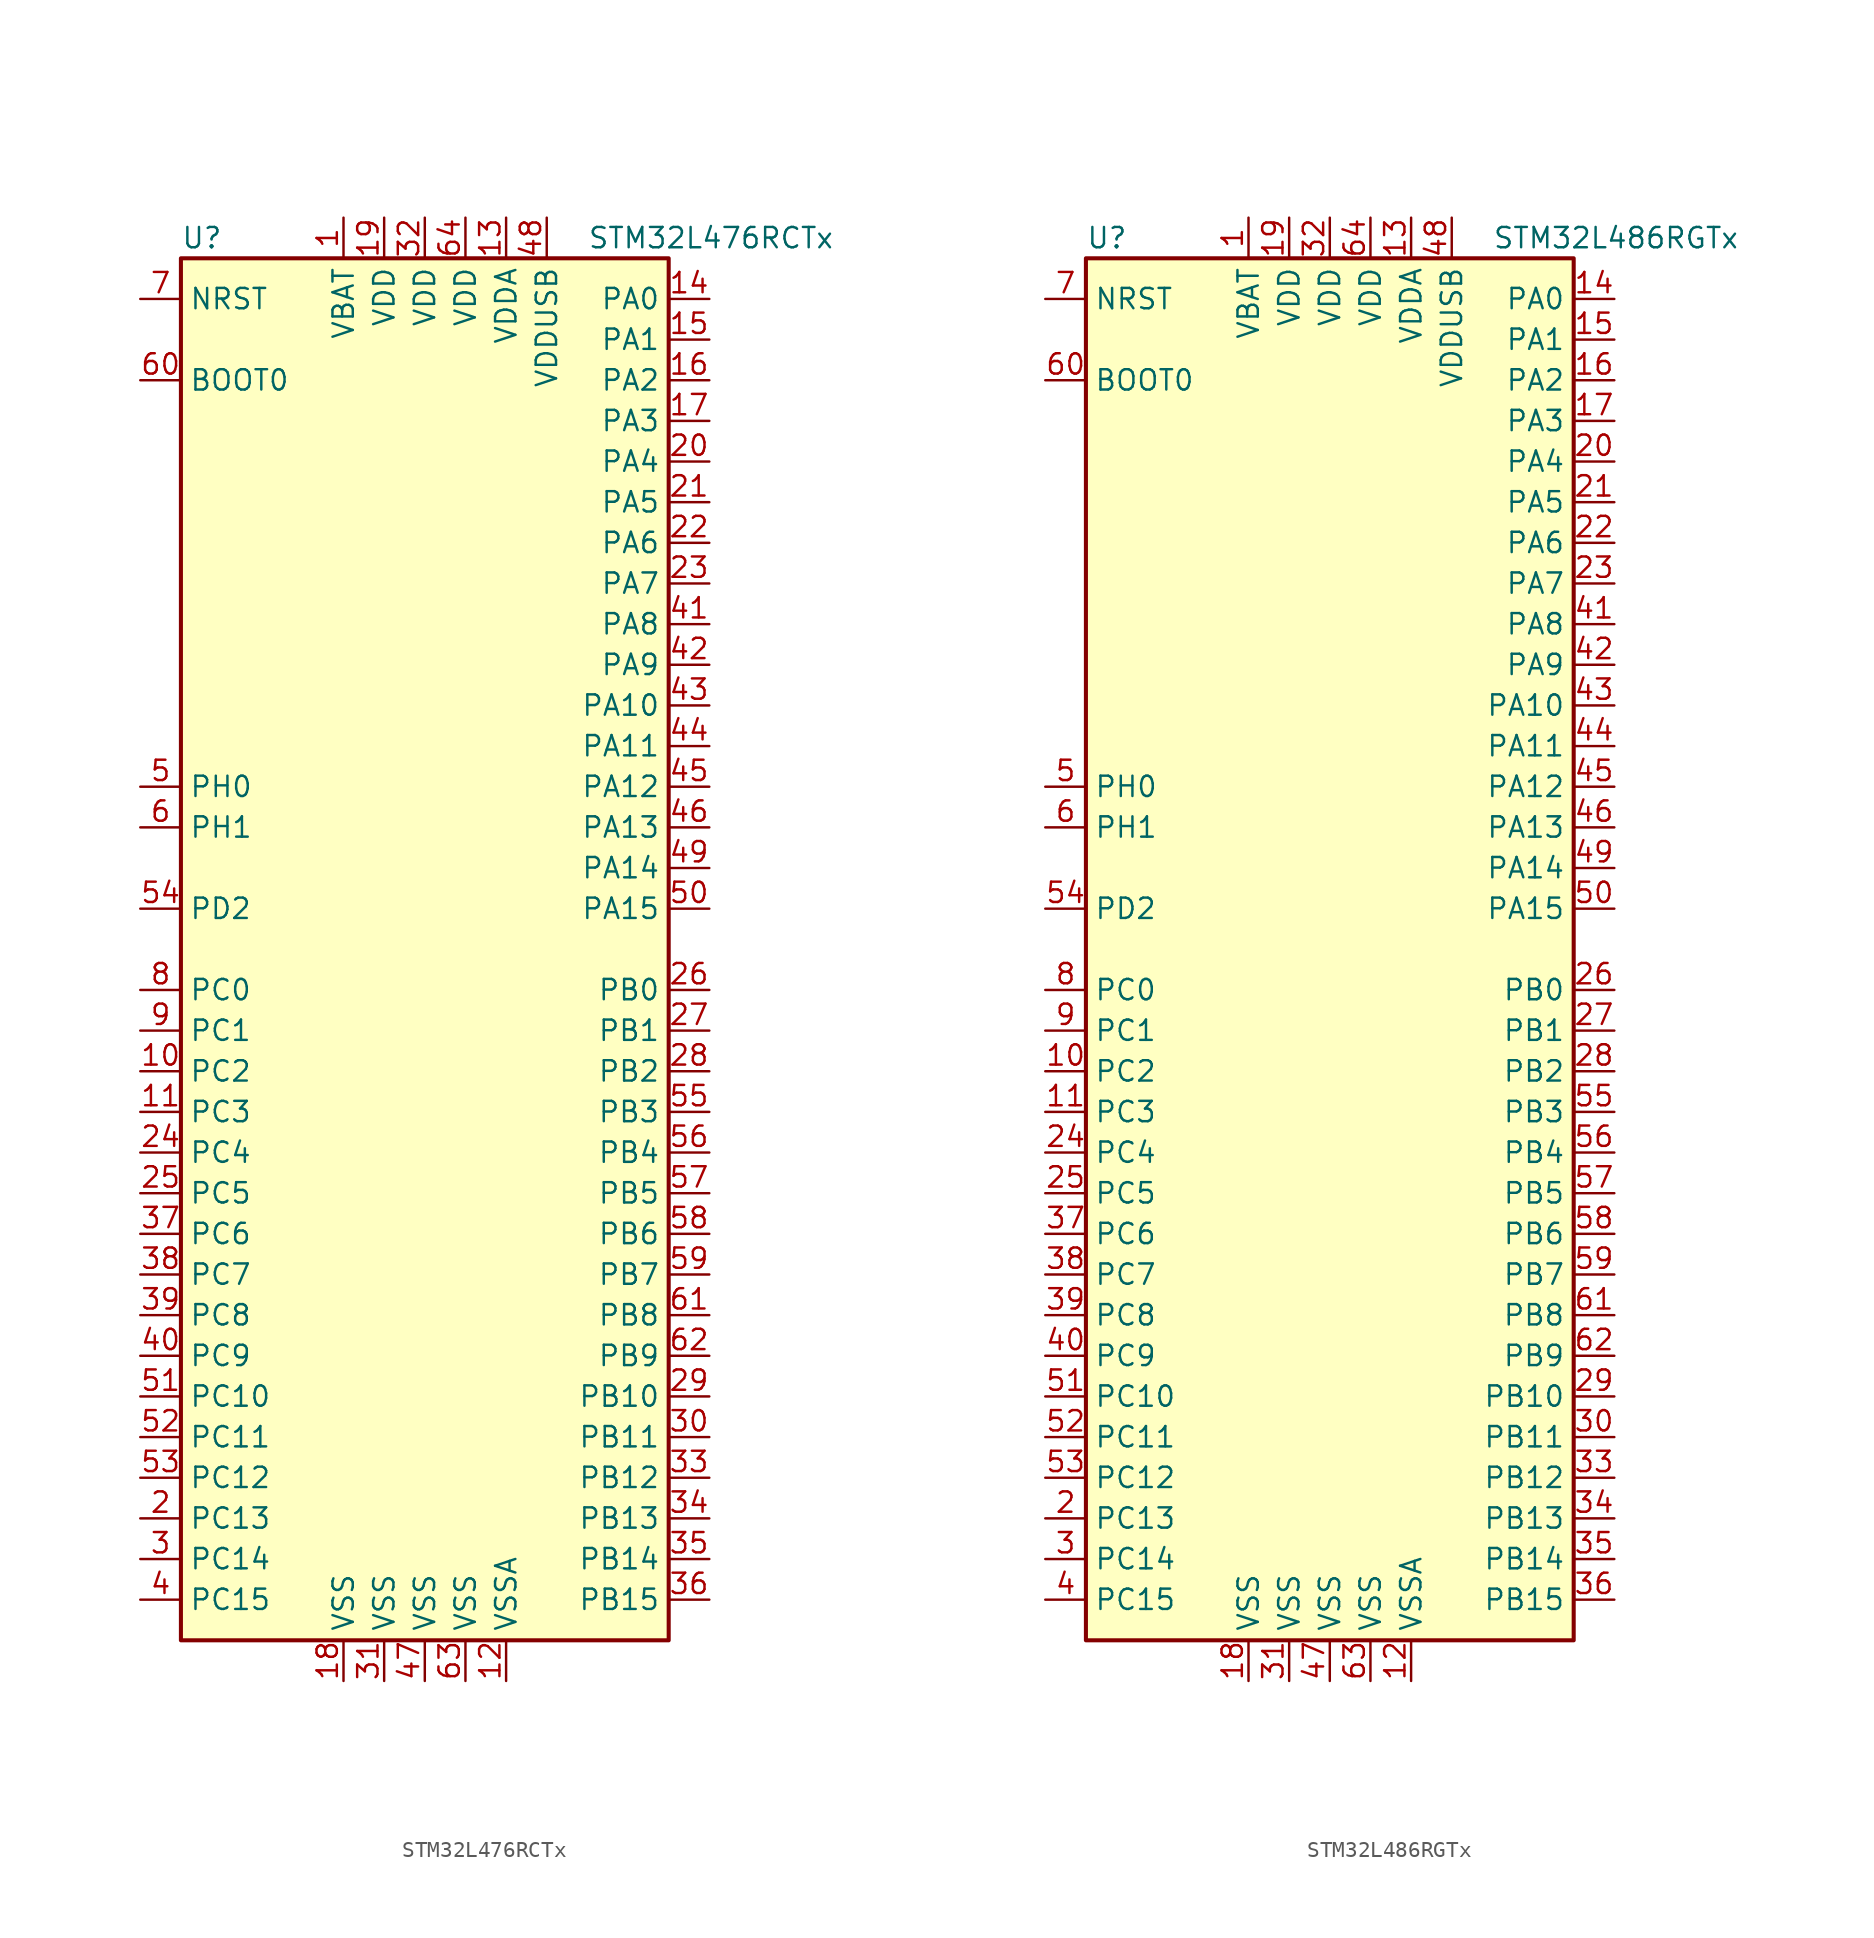
<source format=kicad_sym>
(kicad_symbol_lib
  (version 20220914)
  (generator kicad_symbol_editor)
  (symbol "STM32L476RCTx"
    (property "Reference" "U"
      (at -15.24 44.45 0)
      (effects (font (size 1.27 1.27)) (justify left)))
    (property "Value" "STM32L476RCTx"
      (at 10.16 44.45 0)
      (effects (font (size 1.27 1.27)) (justify left)))
    (symbol "STM32L476RCTx_0_1"
      (rectangle (start -15.24 -43.18) (end 15.24 43.18) (stroke (width 0.254) (type default)) (fill (type background))))
    (symbol "STM32L476RCTx_1_1"
      (pin power_in line (at -5.08 45.72 270) (length 2.54) (name "VBAT" (effects (font (size 1.27 1.27)))) (number "1" (effects (font (size 1.27 1.27)))))
      (pin bidirectional line (at -17.78 -7.62 0) (length 2.54) (name "PC2" (effects (font (size 1.27 1.27)))) (number "10" (effects (font (size 1.27 1.27)))))
      (pin bidirectional line (at -17.78 -10.16 0) (length 2.54) (name "PC3" (effects (font (size 1.27 1.27)))) (number "11" (effects (font (size 1.27 1.27)))))
      (pin power_in line (at 5.08 -45.72 90) (length 2.54) (name "VSSA" (effects (font (size 1.27 1.27)))) (number "12" (effects (font (size 1.27 1.27)))))
      (pin power_in line (at 5.08 45.72 270) (length 2.54) (name "VDDA" (effects (font (size 1.27 1.27)))) (number "13" (effects (font (size 1.27 1.27)))))
      (pin bidirectional line (at 17.78 40.64 180) (length 2.54) (name "PA0" (effects (font (size 1.27 1.27)))) (number "14" (effects (font (size 1.27 1.27)))))
      (pin bidirectional line (at 17.78 38.1 180) (length 2.54) (name "PA1" (effects (font (size 1.27 1.27)))) (number "15" (effects (font (size 1.27 1.27)))))
      (pin bidirectional line (at 17.78 35.56 180) (length 2.54) (name "PA2" (effects (font (size 1.27 1.27)))) (number "16" (effects (font (size 1.27 1.27)))))
      (pin bidirectional line (at 17.78 33.02 180) (length 2.54) (name "PA3" (effects (font (size 1.27 1.27)))) (number "17" (effects (font (size 1.27 1.27)))))
      (pin power_in line (at -5.08 -45.72 90) (length 2.54) (name "VSS" (effects (font (size 1.27 1.27)))) (number "18" (effects (font (size 1.27 1.27)))))
      (pin power_in line (at -2.54 45.72 270) (length 2.54) (name "VDD" (effects (font (size 1.27 1.27)))) (number "19" (effects (font (size 1.27 1.27)))))
      (pin bidirectional line (at -17.78 -35.56 0) (length 2.54) (name "PC13" (effects (font (size 1.27 1.27)))) (number "2" (effects (font (size 1.27 1.27)))))
      (pin bidirectional line (at 17.78 30.48 180) (length 2.54) (name "PA4" (effects (font (size 1.27 1.27)))) (number "20" (effects (font (size 1.27 1.27)))))
      (pin bidirectional line (at 17.78 27.94 180) (length 2.54) (name "PA5" (effects (font (size 1.27 1.27)))) (number "21" (effects (font (size 1.27 1.27)))))
      (pin bidirectional line (at 17.78 25.4 180) (length 2.54) (name "PA6" (effects (font (size 1.27 1.27)))) (number "22" (effects (font (size 1.27 1.27)))))
      (pin bidirectional line (at 17.78 22.86 180) (length 2.54) (name "PA7" (effects (font (size 1.27 1.27)))) (number "23" (effects (font (size 1.27 1.27)))))
      (pin bidirectional line (at -17.78 -12.7 0) (length 2.54) (name "PC4" (effects (font (size 1.27 1.27)))) (number "24" (effects (font (size 1.27 1.27)))))
      (pin bidirectional line (at -17.78 -15.24 0) (length 2.54) (name "PC5" (effects (font (size 1.27 1.27)))) (number "25" (effects (font (size 1.27 1.27)))))
      (pin bidirectional line (at 17.78 -2.54 180) (length 2.54) (name "PB0" (effects (font (size 1.27 1.27)))) (number "26" (effects (font (size 1.27 1.27)))))
      (pin bidirectional line (at 17.78 -5.08 180) (length 2.54) (name "PB1" (effects (font (size 1.27 1.27)))) (number "27" (effects (font (size 1.27 1.27)))))
      (pin bidirectional line (at 17.78 -7.62 180) (length 2.54) (name "PB2" (effects (font (size 1.27 1.27)))) (number "28" (effects (font (size 1.27 1.27)))))
      (pin bidirectional line (at 17.78 -27.94 180) (length 2.54) (name "PB10" (effects (font (size 1.27 1.27)))) (number "29" (effects (font (size 1.27 1.27)))))
      (pin bidirectional line (at -17.78 -38.1 0) (length 2.54) (name "PC14" (effects (font (size 1.27 1.27)))) (number "3" (effects (font (size 1.27 1.27)))))
      (pin bidirectional line (at 17.78 -30.48 180) (length 2.54) (name "PB11" (effects (font (size 1.27 1.27)))) (number "30" (effects (font (size 1.27 1.27)))))
      (pin power_in line (at -2.54 -45.72 90) (length 2.54) (name "VSS" (effects (font (size 1.27 1.27)))) (number "31" (effects (font (size 1.27 1.27)))))
      (pin power_in line (at 0 45.72 270) (length 2.54) (name "VDD" (effects (font (size 1.27 1.27)))) (number "32" (effects (font (size 1.27 1.27)))))
      (pin bidirectional line (at 17.78 -33.02 180) (length 2.54) (name "PB12" (effects (font (size 1.27 1.27)))) (number "33" (effects (font (size 1.27 1.27)))))
      (pin bidirectional line (at 17.78 -35.56 180) (length 2.54) (name "PB13" (effects (font (size 1.27 1.27)))) (number "34" (effects (font (size 1.27 1.27)))))
      (pin bidirectional line (at 17.78 -38.1 180) (length 2.54) (name "PB14" (effects (font (size 1.27 1.27)))) (number "35" (effects (font (size 1.27 1.27)))))
      (pin bidirectional line (at 17.78 -40.64 180) (length 2.54) (name "PB15" (effects (font (size 1.27 1.27)))) (number "36" (effects (font (size 1.27 1.27)))))
      (pin bidirectional line (at -17.78 -17.78 0) (length 2.54) (name "PC6" (effects (font (size 1.27 1.27)))) (number "37" (effects (font (size 1.27 1.27)))))
      (pin bidirectional line (at -17.78 -20.32 0) (length 2.54) (name "PC7" (effects (font (size 1.27 1.27)))) (number "38" (effects (font (size 1.27 1.27)))))
      (pin bidirectional line (at -17.78 -22.86 0) (length 2.54) (name "PC8" (effects (font (size 1.27 1.27)))) (number "39" (effects (font (size 1.27 1.27)))))
      (pin bidirectional line (at -17.78 -40.64 0) (length 2.54) (name "PC15" (effects (font (size 1.27 1.27)))) (number "4" (effects (font (size 1.27 1.27)))))
      (pin bidirectional line (at -17.78 -25.4 0) (length 2.54) (name "PC9" (effects (font (size 1.27 1.27)))) (number "40" (effects (font (size 1.27 1.27)))))
      (pin bidirectional line (at 17.78 20.32 180) (length 2.54) (name "PA8" (effects (font (size 1.27 1.27)))) (number "41" (effects (font (size 1.27 1.27)))))
      (pin bidirectional line (at 17.78 17.78 180) (length 2.54) (name "PA9" (effects (font (size 1.27 1.27)))) (number "42" (effects (font (size 1.27 1.27)))))
      (pin bidirectional line (at 17.78 15.24 180) (length 2.54) (name "PA10" (effects (font (size 1.27 1.27)))) (number "43" (effects (font (size 1.27 1.27)))))
      (pin bidirectional line (at 17.78 12.7 180) (length 2.54) (name "PA11" (effects (font (size 1.27 1.27)))) (number "44" (effects (font (size 1.27 1.27)))))
      (pin bidirectional line (at 17.78 10.16 180) (length 2.54) (name "PA12" (effects (font (size 1.27 1.27)))) (number "45" (effects (font (size 1.27 1.27)))))
      (pin bidirectional line (at 17.78 7.62 180) (length 2.54) (name "PA13" (effects (font (size 1.27 1.27)))) (number "46" (effects (font (size 1.27 1.27)))))
      (pin power_in line (at 0 -45.72 90) (length 2.54) (name "VSS" (effects (font (size 1.27 1.27)))) (number "47" (effects (font (size 1.27 1.27)))))
      (pin power_in line (at 7.62 45.72 270) (length 2.54) (name "VDDUSB" (effects (font (size 1.27 1.27)))) (number "48" (effects (font (size 1.27 1.27)))))
      (pin bidirectional line (at 17.78 5.08 180) (length 2.54) (name "PA14" (effects (font (size 1.27 1.27)))) (number "49" (effects (font (size 1.27 1.27)))))
      (pin input line (at -17.78 10.16 0) (length 2.54) (name "PH0" (effects (font (size 1.27 1.27)))) (number "5" (effects (font (size 1.27 1.27)))))
      (pin bidirectional line (at 17.78 2.54 180) (length 2.54) (name "PA15" (effects (font (size 1.27 1.27)))) (number "50" (effects (font (size 1.27 1.27)))))
      (pin bidirectional line (at -17.78 -27.94 0) (length 2.54) (name "PC10" (effects (font (size 1.27 1.27)))) (number "51" (effects (font (size 1.27 1.27)))))
      (pin bidirectional line (at -17.78 -30.48 0) (length 2.54) (name "PC11" (effects (font (size 1.27 1.27)))) (number "52" (effects (font (size 1.27 1.27)))))
      (pin bidirectional line (at -17.78 -33.02 0) (length 2.54) (name "PC12" (effects (font (size 1.27 1.27)))) (number "53" (effects (font (size 1.27 1.27)))))
      (pin bidirectional line (at -17.78 2.54 0) (length 2.54) (name "PD2" (effects (font (size 1.27 1.27)))) (number "54" (effects (font (size 1.27 1.27)))))
      (pin bidirectional line (at 17.78 -10.16 180) (length 2.54) (name "PB3" (effects (font (size 1.27 1.27)))) (number "55" (effects (font (size 1.27 1.27)))))
      (pin bidirectional line (at 17.78 -12.7 180) (length 2.54) (name "PB4" (effects (font (size 1.27 1.27)))) (number "56" (effects (font (size 1.27 1.27)))))
      (pin bidirectional line (at 17.78 -15.24 180) (length 2.54) (name "PB5" (effects (font (size 1.27 1.27)))) (number "57" (effects (font (size 1.27 1.27)))))
      (pin bidirectional line (at 17.78 -17.78 180) (length 2.54) (name "PB6" (effects (font (size 1.27 1.27)))) (number "58" (effects (font (size 1.27 1.27)))))
      (pin bidirectional line (at 17.78 -20.32 180) (length 2.54) (name "PB7" (effects (font (size 1.27 1.27)))) (number "59" (effects (font (size 1.27 1.27)))))
      (pin input line (at -17.78 7.62 0) (length 2.54) (name "PH1" (effects (font (size 1.27 1.27)))) (number "6" (effects (font (size 1.27 1.27)))))
      (pin input line (at -17.78 35.56 0) (length 2.54) (name "BOOT0" (effects (font (size 1.27 1.27)))) (number "60" (effects (font (size 1.27 1.27)))))
      (pin bidirectional line (at 17.78 -22.86 180) (length 2.54) (name "PB8" (effects (font (size 1.27 1.27)))) (number "61" (effects (font (size 1.27 1.27)))))
      (pin bidirectional line (at 17.78 -25.4 180) (length 2.54) (name "PB9" (effects (font (size 1.27 1.27)))) (number "62" (effects (font (size 1.27 1.27)))))
      (pin power_in line (at 2.54 -45.72 90) (length 2.54) (name "VSS" (effects (font (size 1.27 1.27)))) (number "63" (effects (font (size 1.27 1.27)))))
      (pin power_in line (at 2.54 45.72 270) (length 2.54) (name "VDD" (effects (font (size 1.27 1.27)))) (number "64" (effects (font (size 1.27 1.27)))))
      (pin input line (at -17.78 40.64 0) (length 2.54) (name "NRST" (effects (font (size 1.27 1.27)))) (number "7" (effects (font (size 1.27 1.27)))))
      (pin bidirectional line (at -17.78 -2.54 0) (length 2.54) (name "PC0" (effects (font (size 1.27 1.27)))) (number "8" (effects (font (size 1.27 1.27)))))
      (pin bidirectional line (at -17.78 -5.08 0) (length 2.54) (name "PC1" (effects (font (size 1.27 1.27)))) (number "9" (effects (font (size 1.27 1.27)))))))
  (symbol "STM32L486RGTx"
    (property "Reference" "U"
      (at -15.24 44.45 0)
      (effects (font (size 1.27 1.27)) (justify left)))
    (property "Value" "STM32L486RGTx"
      (at 10.16 44.45 0)
      (effects (font (size 1.27 1.27)) (justify left)))
    (symbol "STM32L486RGTx_0_1"
      (rectangle (start -15.24 -43.18) (end 15.24 43.18) (stroke (width 0.254) (type default)) (fill (type background))))
    (symbol "STM32L486RGTx_1_1"
      (pin power_in line (at -5.08 45.72 270) (length 2.54) (name "VBAT" (effects (font (size 1.27 1.27)))) (number "1" (effects (font (size 1.27 1.27)))))
      (pin bidirectional line (at -17.78 -7.62 0) (length 2.54) (name "PC2" (effects (font (size 1.27 1.27)))) (number "10" (effects (font (size 1.27 1.27)))))
      (pin bidirectional line (at -17.78 -10.16 0) (length 2.54) (name "PC3" (effects (font (size 1.27 1.27)))) (number "11" (effects (font (size 1.27 1.27)))))
      (pin power_in line (at 5.08 -45.72 90) (length 2.54) (name "VSSA" (effects (font (size 1.27 1.27)))) (number "12" (effects (font (size 1.27 1.27)))))
      (pin power_in line (at 5.08 45.72 270) (length 2.54) (name "VDDA" (effects (font (size 1.27 1.27)))) (number "13" (effects (font (size 1.27 1.27)))))
      (pin bidirectional line (at 17.78 40.64 180) (length 2.54) (name "PA0" (effects (font (size 1.27 1.27)))) (number "14" (effects (font (size 1.27 1.27)))))
      (pin bidirectional line (at 17.78 38.1 180) (length 2.54) (name "PA1" (effects (font (size 1.27 1.27)))) (number "15" (effects (font (size 1.27 1.27)))))
      (pin bidirectional line (at 17.78 35.56 180) (length 2.54) (name "PA2" (effects (font (size 1.27 1.27)))) (number "16" (effects (font (size 1.27 1.27)))))
      (pin bidirectional line (at 17.78 33.02 180) (length 2.54) (name "PA3" (effects (font (size 1.27 1.27)))) (number "17" (effects (font (size 1.27 1.27)))))
      (pin power_in line (at -5.08 -45.72 90) (length 2.54) (name "VSS" (effects (font (size 1.27 1.27)))) (number "18" (effects (font (size 1.27 1.27)))))
      (pin power_in line (at -2.54 45.72 270) (length 2.54) (name "VDD" (effects (font (size 1.27 1.27)))) (number "19" (effects (font (size 1.27 1.27)))))
      (pin bidirectional line (at -17.78 -35.56 0) (length 2.54) (name "PC13" (effects (font (size 1.27 1.27)))) (number "2" (effects (font (size 1.27 1.27)))))
      (pin bidirectional line (at 17.78 30.48 180) (length 2.54) (name "PA4" (effects (font (size 1.27 1.27)))) (number "20" (effects (font (size 1.27 1.27)))))
      (pin bidirectional line (at 17.78 27.94 180) (length 2.54) (name "PA5" (effects (font (size 1.27 1.27)))) (number "21" (effects (font (size 1.27 1.27)))))
      (pin bidirectional line (at 17.78 25.4 180) (length 2.54) (name "PA6" (effects (font (size 1.27 1.27)))) (number "22" (effects (font (size 1.27 1.27)))))
      (pin bidirectional line (at 17.78 22.86 180) (length 2.54) (name "PA7" (effects (font (size 1.27 1.27)))) (number "23" (effects (font (size 1.27 1.27)))))
      (pin bidirectional line (at -17.78 -12.7 0) (length 2.54) (name "PC4" (effects (font (size 1.27 1.27)))) (number "24" (effects (font (size 1.27 1.27)))))
      (pin bidirectional line (at -17.78 -15.24 0) (length 2.54) (name "PC5" (effects (font (size 1.27 1.27)))) (number "25" (effects (font (size 1.27 1.27)))))
      (pin bidirectional line (at 17.78 -2.54 180) (length 2.54) (name "PB0" (effects (font (size 1.27 1.27)))) (number "26" (effects (font (size 1.27 1.27)))))
      (pin bidirectional line (at 17.78 -5.08 180) (length 2.54) (name "PB1" (effects (font (size 1.27 1.27)))) (number "27" (effects (font (size 1.27 1.27)))))
      (pin bidirectional line (at 17.78 -7.62 180) (length 2.54) (name "PB2" (effects (font (size 1.27 1.27)))) (number "28" (effects (font (size 1.27 1.27)))))
      (pin bidirectional line (at 17.78 -27.94 180) (length 2.54) (name "PB10" (effects (font (size 1.27 1.27)))) (number "29" (effects (font (size 1.27 1.27)))))
      (pin bidirectional line (at -17.78 -38.1 0) (length 2.54) (name "PC14" (effects (font (size 1.27 1.27)))) (number "3" (effects (font (size 1.27 1.27)))))
      (pin bidirectional line (at 17.78 -30.48 180) (length 2.54) (name "PB11" (effects (font (size 1.27 1.27)))) (number "30" (effects (font (size 1.27 1.27)))))
      (pin power_in line (at -2.54 -45.72 90) (length 2.54) (name "VSS" (effects (font (size 1.27 1.27)))) (number "31" (effects (font (size 1.27 1.27)))))
      (pin power_in line (at 0 45.72 270) (length 2.54) (name "VDD" (effects (font (size 1.27 1.27)))) (number "32" (effects (font (size 1.27 1.27)))))
      (pin bidirectional line (at 17.78 -33.02 180) (length 2.54) (name "PB12" (effects (font (size 1.27 1.27)))) (number "33" (effects (font (size 1.27 1.27)))))
      (pin bidirectional line (at 17.78 -35.56 180) (length 2.54) (name "PB13" (effects (font (size 1.27 1.27)))) (number "34" (effects (font (size 1.27 1.27)))))
      (pin bidirectional line (at 17.78 -38.1 180) (length 2.54) (name "PB14" (effects (font (size 1.27 1.27)))) (number "35" (effects (font (size 1.27 1.27)))))
      (pin bidirectional line (at 17.78 -40.64 180) (length 2.54) (name "PB15" (effects (font (size 1.27 1.27)))) (number "36" (effects (font (size 1.27 1.27)))))
      (pin bidirectional line (at -17.78 -17.78 0) (length 2.54) (name "PC6" (effects (font (size 1.27 1.27)))) (number "37" (effects (font (size 1.27 1.27)))))
      (pin bidirectional line (at -17.78 -20.32 0) (length 2.54) (name "PC7" (effects (font (size 1.27 1.27)))) (number "38" (effects (font (size 1.27 1.27)))))
      (pin bidirectional line (at -17.78 -22.86 0) (length 2.54) (name "PC8" (effects (font (size 1.27 1.27)))) (number "39" (effects (font (size 1.27 1.27)))))
      (pin bidirectional line (at -17.78 -40.64 0) (length 2.54) (name "PC15" (effects (font (size 1.27 1.27)))) (number "4" (effects (font (size 1.27 1.27)))))
      (pin bidirectional line (at -17.78 -25.4 0) (length 2.54) (name "PC9" (effects (font (size 1.27 1.27)))) (number "40" (effects (font (size 1.27 1.27)))))
      (pin bidirectional line (at 17.78 20.32 180) (length 2.54) (name "PA8" (effects (font (size 1.27 1.27)))) (number "41" (effects (font (size 1.27 1.27)))))
      (pin bidirectional line (at 17.78 17.78 180) (length 2.54) (name "PA9" (effects (font (size 1.27 1.27)))) (number "42" (effects (font (size 1.27 1.27)))))
      (pin bidirectional line (at 17.78 15.24 180) (length 2.54) (name "PA10" (effects (font (size 1.27 1.27)))) (number "43" (effects (font (size 1.27 1.27)))))
      (pin bidirectional line (at 17.78 12.7 180) (length 2.54) (name "PA11" (effects (font (size 1.27 1.27)))) (number "44" (effects (font (size 1.27 1.27)))))
      (pin bidirectional line (at 17.78 10.16 180) (length 2.54) (name "PA12" (effects (font (size 1.27 1.27)))) (number "45" (effects (font (size 1.27 1.27)))))
      (pin bidirectional line (at 17.78 7.62 180) (length 2.54) (name "PA13" (effects (font (size 1.27 1.27)))) (number "46" (effects (font (size 1.27 1.27)))))
      (pin power_in line (at 0 -45.72 90) (length 2.54) (name "VSS" (effects (font (size 1.27 1.27)))) (number "47" (effects (font (size 1.27 1.27)))))
      (pin power_in line (at 7.62 45.72 270) (length 2.54) (name "VDDUSB" (effects (font (size 1.27 1.27)))) (number "48" (effects (font (size 1.27 1.27)))))
      (pin bidirectional line (at 17.78 5.08 180) (length 2.54) (name "PA14" (effects (font (size 1.27 1.27)))) (number "49" (effects (font (size 1.27 1.27)))))
      (pin input line (at -17.78 10.16 0) (length 2.54) (name "PH0" (effects (font (size 1.27 1.27)))) (number "5" (effects (font (size 1.27 1.27)))))
      (pin bidirectional line (at 17.78 2.54 180) (length 2.54) (name "PA15" (effects (font (size 1.27 1.27)))) (number "50" (effects (font (size 1.27 1.27)))))
      (pin bidirectional line (at -17.78 -27.94 0) (length 2.54) (name "PC10" (effects (font (size 1.27 1.27)))) (number "51" (effects (font (size 1.27 1.27)))))
      (pin bidirectional line (at -17.78 -30.48 0) (length 2.54) (name "PC11" (effects (font (size 1.27 1.27)))) (number "52" (effects (font (size 1.27 1.27)))))
      (pin bidirectional line (at -17.78 -33.02 0) (length 2.54) (name "PC12" (effects (font (size 1.27 1.27)))) (number "53" (effects (font (size 1.27 1.27)))))
      (pin bidirectional line (at -17.78 2.54 0) (length 2.54) (name "PD2" (effects (font (size 1.27 1.27)))) (number "54" (effects (font (size 1.27 1.27)))))
      (pin bidirectional line (at 17.78 -10.16 180) (length 2.54) (name "PB3" (effects (font (size 1.27 1.27)))) (number "55" (effects (font (size 1.27 1.27)))))
      (pin bidirectional line (at 17.78 -12.7 180) (length 2.54) (name "PB4" (effects (font (size 1.27 1.27)))) (number "56" (effects (font (size 1.27 1.27)))))
      (pin bidirectional line (at 17.78 -15.24 180) (length 2.54) (name "PB5" (effects (font (size 1.27 1.27)))) (number "57" (effects (font (size 1.27 1.27)))))
      (pin bidirectional line (at 17.78 -17.78 180) (length 2.54) (name "PB6" (effects (font (size 1.27 1.27)))) (number "58" (effects (font (size 1.27 1.27)))))
      (pin bidirectional line (at 17.78 -20.32 180) (length 2.54) (name "PB7" (effects (font (size 1.27 1.27)))) (number "59" (effects (font (size 1.27 1.27)))))
      (pin input line (at -17.78 7.62 0) (length 2.54) (name "PH1" (effects (font (size 1.27 1.27)))) (number "6" (effects (font (size 1.27 1.27)))))
      (pin input line (at -17.78 35.56 0) (length 2.54) (name "BOOT0" (effects (font (size 1.27 1.27)))) (number "60" (effects (font (size 1.27 1.27)))))
      (pin bidirectional line (at 17.78 -22.86 180) (length 2.54) (name "PB8" (effects (font (size 1.27 1.27)))) (number "61" (effects (font (size 1.27 1.27)))))
      (pin bidirectional line (at 17.78 -25.4 180) (length 2.54) (name "PB9" (effects (font (size 1.27 1.27)))) (number "62" (effects (font (size 1.27 1.27)))))
      (pin power_in line (at 2.54 -45.72 90) (length 2.54) (name "VSS" (effects (font (size 1.27 1.27)))) (number "63" (effects (font (size 1.27 1.27)))))
      (pin power_in line (at 2.54 45.72 270) (length 2.54) (name "VDD" (effects (font (size 1.27 1.27)))) (number "64" (effects (font (size 1.27 1.27)))))
      (pin input line (at -17.78 40.64 0) (length 2.54) (name "NRST" (effects (font (size 1.27 1.27)))) (number "7" (effects (font (size 1.27 1.27)))))
      (pin bidirectional line (at -17.78 -2.54 0) (length 2.54) (name "PC0" (effects (font (size 1.27 1.27)))) (number "8" (effects (font (size 1.27 1.27)))))
      (pin bidirectional line (at -17.78 -5.08 0) (length 2.54) (name "PC1" (effects (font (size 1.27 1.27)))) (number "9" (effects (font (size 1.27 1.27))))))))
</source>
